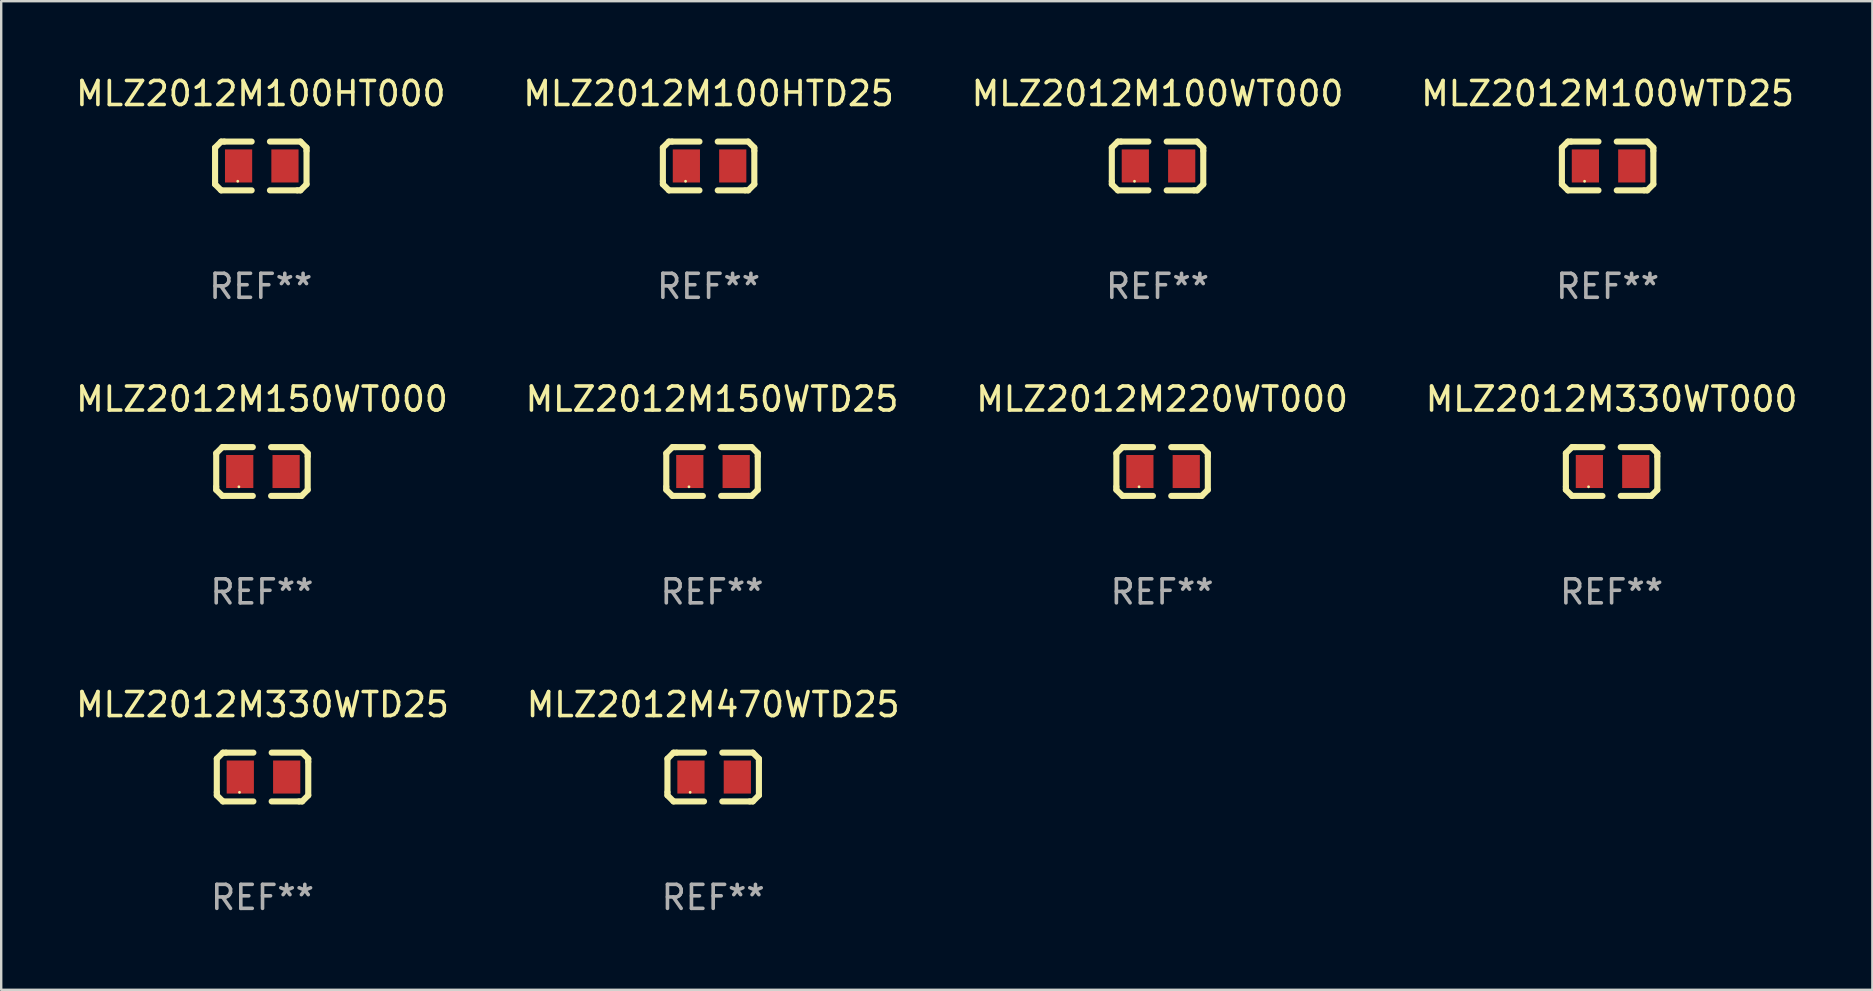
<source format=kicad_pcb>
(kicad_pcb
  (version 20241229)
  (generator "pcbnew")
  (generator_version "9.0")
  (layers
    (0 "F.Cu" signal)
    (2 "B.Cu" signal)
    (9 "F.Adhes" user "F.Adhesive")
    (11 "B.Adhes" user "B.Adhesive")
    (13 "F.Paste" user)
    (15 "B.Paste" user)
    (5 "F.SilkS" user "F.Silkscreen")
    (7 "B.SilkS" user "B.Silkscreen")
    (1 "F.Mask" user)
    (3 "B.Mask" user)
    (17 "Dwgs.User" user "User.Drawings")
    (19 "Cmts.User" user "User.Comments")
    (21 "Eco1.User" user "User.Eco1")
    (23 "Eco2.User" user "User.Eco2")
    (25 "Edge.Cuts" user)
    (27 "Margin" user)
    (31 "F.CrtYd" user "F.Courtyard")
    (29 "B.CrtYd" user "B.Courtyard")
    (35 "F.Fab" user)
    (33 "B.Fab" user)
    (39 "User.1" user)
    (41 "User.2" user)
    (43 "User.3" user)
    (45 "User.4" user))
  (footprint "MLZ2012M330WT000"
    (layer "F.Cu")
    (at 64.089 16.593)
    (property "Reference" "MLZ2012M330WT000" (at 0 -3.016 0) (layer "F.SilkS") (effects (font (size 1 1) (thickness 0.15))))
    (attr through_hole)
    (fp_line (start -1.905 -0.762) (end -1.905 0.635) (stroke (width 0.254) (type solid)) (layer "F.SilkS"))
    (fp_line (start -1.905 0.635) (end -1.905 0.762) (stroke (width 0.254) (type solid)) (layer "F.SilkS"))
    (fp_line (start -1.905 0.762) (end -1.651 1.016) (stroke (width 0.254) (type solid)) (layer "F.SilkS"))
    (fp_line (start -1.651 -1.016) (end -1.905 -0.762) (stroke (width 0.254) (type solid)) (layer "F.SilkS"))
    (fp_line (start -1.651 1.016) (end -0.381 1.016) (stroke (width 0.254) (type solid)) (layer "F.SilkS"))
    (fp_line (start -1.524 -1.016) (end -1.651 -1.016) (stroke (width 0.254) (type solid)) (layer "F.SilkS"))
    (fp_line (start -0.381 -1.016) (end -1.524 -1.016) (stroke (width 0.254) (type solid)) (layer "F.SilkS"))
    (fp_line (start 0.381 1.016) (end 1.524 1.016) (stroke (width 0.254) (type solid)) (layer "F.SilkS"))
    (fp_line (start 1.524 1.016) (end 1.651 1.016) (stroke (width 0.254) (type solid)) (layer "F.SilkS"))
    (fp_line (start 1.651 -1.016) (end 0.381 -1.016) (stroke (width 0.254) (type solid)) (layer "F.SilkS"))
    (fp_line (start 1.651 1.016) (end 1.905 0.762) (stroke (width 0.254) (type solid)) (layer "F.SilkS"))
    (fp_line (start 1.905 -0.762) (end 1.651 -1.016) (stroke (width 0.254) (type solid)) (layer "F.SilkS"))
    (fp_line (start 1.905 -0.635) (end 1.905 -0.762) (stroke (width 0.254) (type solid)) (layer "F.SilkS"))
    (fp_line (start 1.905 0.762) (end 1.905 -0.635) (stroke (width 0.254) (type solid)) (layer "F.SilkS"))
    (fp_circle (center -0.96 0.637) (end -0.93 0.637) (stroke (width 0.06) (type solid)) (fill no) (layer "F.SilkS"))
    (fp_text user "REF**" (at 0 5.016 0) (layer "F.Fab") (effects (font (size 1 1) (thickness 0.15))))
    (pad "1" smd rect (at -0.926 -0.000051) (size 1.133 1.377) (layers "F.Cu" "F.Mask" "F.Paste"))
    (pad "2" smd rect (at 1.006 -0.000051) (size 1.133 1.377) (layers "F.Cu" "F.Mask" "F.Paste")))
  (footprint "MLZ2012M100WT000"
    (layer "F.Cu")
    (at 45.173 3.864)
    (property "Reference" "MLZ2012M100WT000" (at 0 -3.016 0) (layer "F.SilkS") (effects (font (size 1 1) (thickness 0.15))))
    (attr through_hole)
    (fp_line (start -1.905 -0.762) (end -1.905 0.635) (stroke (width 0.254) (type solid)) (layer "F.SilkS"))
    (fp_line (start -1.905 0.635) (end -1.905 0.762) (stroke (width 0.254) (type solid)) (layer "F.SilkS"))
    (fp_line (start -1.905 0.762) (end -1.651 1.016) (stroke (width 0.254) (type solid)) (layer "F.SilkS"))
    (fp_line (start -1.651 -1.016) (end -1.905 -0.762) (stroke (width 0.254) (type solid)) (layer "F.SilkS"))
    (fp_line (start -1.651 1.016) (end -0.381 1.016) (stroke (width 0.254) (type solid)) (layer "F.SilkS"))
    (fp_line (start -1.524 -1.016) (end -1.651 -1.016) (stroke (width 0.254) (type solid)) (layer "F.SilkS"))
    (fp_line (start -0.381 -1.016) (end -1.524 -1.016) (stroke (width 0.254) (type solid)) (layer "F.SilkS"))
    (fp_line (start 0.381 1.016) (end 1.524 1.016) (stroke (width 0.254) (type solid)) (layer "F.SilkS"))
    (fp_line (start 1.524 1.016) (end 1.651 1.016) (stroke (width 0.254) (type solid)) (layer "F.SilkS"))
    (fp_line (start 1.651 -1.016) (end 0.381 -1.016) (stroke (width 0.254) (type solid)) (layer "F.SilkS"))
    (fp_line (start 1.651 1.016) (end 1.905 0.762) (stroke (width 0.254) (type solid)) (layer "F.SilkS"))
    (fp_line (start 1.905 -0.762) (end 1.651 -1.016) (stroke (width 0.254) (type solid)) (layer "F.SilkS"))
    (fp_line (start 1.905 -0.635) (end 1.905 -0.762) (stroke (width 0.254) (type solid)) (layer "F.SilkS"))
    (fp_line (start 1.905 0.762) (end 1.905 -0.635) (stroke (width 0.254) (type solid)) (layer "F.SilkS"))
    (fp_circle (center -0.96 0.637) (end -0.93 0.637) (stroke (width 0.06) (type solid)) (fill no) (layer "F.SilkS"))
    (fp_text user "REF**" (at 0 5.016 0) (layer "F.Fab") (effects (font (size 1 1) (thickness 0.15))))
    (pad "1" smd rect (at -0.926 -0.000051) (size 1.133 1.377) (layers "F.Cu" "F.Mask" "F.Paste"))
    (pad "2" smd rect (at 1.006 -0.000051) (size 1.133 1.377) (layers "F.Cu" "F.Mask" "F.Paste")))
  (footprint "MLZ2012M100HT000"
    (layer "F.Cu")
    (at 7.815 3.864)
    (property "Reference" "MLZ2012M100HT000" (at 0 -3.016 0) (layer "F.SilkS") (effects (font (size 1 1) (thickness 0.15))))
    (attr through_hole)
    (fp_line (start -1.905 -0.762) (end -1.905 0.635) (stroke (width 0.254) (type solid)) (layer "F.SilkS"))
    (fp_line (start -1.905 0.635) (end -1.905 0.762) (stroke (width 0.254) (type solid)) (layer "F.SilkS"))
    (fp_line (start -1.905 0.762) (end -1.651 1.016) (stroke (width 0.254) (type solid)) (layer "F.SilkS"))
    (fp_line (start -1.651 -1.016) (end -1.905 -0.762) (stroke (width 0.254) (type solid)) (layer "F.SilkS"))
    (fp_line (start -1.651 1.016) (end -0.381 1.016) (stroke (width 0.254) (type solid)) (layer "F.SilkS"))
    (fp_line (start -1.524 -1.016) (end -1.651 -1.016) (stroke (width 0.254) (type solid)) (layer "F.SilkS"))
    (fp_line (start -0.381 -1.016) (end -1.524 -1.016) (stroke (width 0.254) (type solid)) (layer "F.SilkS"))
    (fp_line (start 0.381 1.016) (end 1.524 1.016) (stroke (width 0.254) (type solid)) (layer "F.SilkS"))
    (fp_line (start 1.524 1.016) (end 1.651 1.016) (stroke (width 0.254) (type solid)) (layer "F.SilkS"))
    (fp_line (start 1.651 -1.016) (end 0.381 -1.016) (stroke (width 0.254) (type solid)) (layer "F.SilkS"))
    (fp_line (start 1.651 1.016) (end 1.905 0.762) (stroke (width 0.254) (type solid)) (layer "F.SilkS"))
    (fp_line (start 1.905 -0.762) (end 1.651 -1.016) (stroke (width 0.254) (type solid)) (layer "F.SilkS"))
    (fp_line (start 1.905 -0.635) (end 1.905 -0.762) (stroke (width 0.254) (type solid)) (layer "F.SilkS"))
    (fp_line (start 1.905 0.762) (end 1.905 -0.635) (stroke (width 0.254) (type solid)) (layer "F.SilkS"))
    (fp_circle (center -0.96 0.637) (end -0.93 0.637) (stroke (width 0.06) (type solid)) (fill no) (layer "F.SilkS"))
    (fp_text user "REF**" (at 0 5.016 0) (layer "F.Fab") (effects (font (size 1 1) (thickness 0.15))))
    (pad "1" smd rect (at -0.926 -0.000051) (size 1.133 1.377) (layers "F.Cu" "F.Mask" "F.Paste"))
    (pad "2" smd rect (at 1.006 -0.000051) (size 1.133 1.377) (layers "F.Cu" "F.Mask" "F.Paste")))
  (footprint "MLZ2012M150WTD25"
    (layer "F.Cu")
    (at 26.613 16.593)
    (property "Reference" "MLZ2012M150WTD25" (at 0 -3.016 0) (layer "F.SilkS") (effects (font (size 1 1) (thickness 0.15))))
    (attr through_hole)
    (fp_line (start -1.905 -0.762) (end -1.905 0.635) (stroke (width 0.254) (type solid)) (layer "F.SilkS"))
    (fp_line (start -1.905 0.635) (end -1.905 0.762) (stroke (width 0.254) (type solid)) (layer "F.SilkS"))
    (fp_line (start -1.905 0.762) (end -1.651 1.016) (stroke (width 0.254) (type solid)) (layer "F.SilkS"))
    (fp_line (start -1.651 -1.016) (end -1.905 -0.762) (stroke (width 0.254) (type solid)) (layer "F.SilkS"))
    (fp_line (start -1.651 1.016) (end -0.381 1.016) (stroke (width 0.254) (type solid)) (layer "F.SilkS"))
    (fp_line (start -1.524 -1.016) (end -1.651 -1.016) (stroke (width 0.254) (type solid)) (layer "F.SilkS"))
    (fp_line (start -0.381 -1.016) (end -1.524 -1.016) (stroke (width 0.254) (type solid)) (layer "F.SilkS"))
    (fp_line (start 0.381 1.016) (end 1.524 1.016) (stroke (width 0.254) (type solid)) (layer "F.SilkS"))
    (fp_line (start 1.524 1.016) (end 1.651 1.016) (stroke (width 0.254) (type solid)) (layer "F.SilkS"))
    (fp_line (start 1.651 -1.016) (end 0.381 -1.016) (stroke (width 0.254) (type solid)) (layer "F.SilkS"))
    (fp_line (start 1.651 1.016) (end 1.905 0.762) (stroke (width 0.254) (type solid)) (layer "F.SilkS"))
    (fp_line (start 1.905 -0.762) (end 1.651 -1.016) (stroke (width 0.254) (type solid)) (layer "F.SilkS"))
    (fp_line (start 1.905 -0.635) (end 1.905 -0.762) (stroke (width 0.254) (type solid)) (layer "F.SilkS"))
    (fp_line (start 1.905 0.762) (end 1.905 -0.635) (stroke (width 0.254) (type solid)) (layer "F.SilkS"))
    (fp_circle (center -0.96 0.637) (end -0.93 0.637) (stroke (width 0.06) (type solid)) (fill no) (layer "F.SilkS"))
    (fp_text user "REF**" (at 0 5.016 0) (layer "F.Fab") (effects (font (size 1 1) (thickness 0.15))))
    (pad "1" smd rect (at -0.926 -0.000051) (size 1.133 1.377) (layers "F.Cu" "F.Mask" "F.Paste"))
    (pad "2" smd rect (at 1.006 -0.000051) (size 1.133 1.377) (layers "F.Cu" "F.Mask" "F.Paste")))
  (footprint "MLZ2012M100HTD25"
    (layer "F.Cu")
    (at 26.47 3.864)
    (property "Reference" "MLZ2012M100HTD25" (at 0 -3.016 0) (layer "F.SilkS") (effects (font (size 1 1) (thickness 0.15))))
    (attr through_hole)
    (fp_line (start -1.905 -0.762) (end -1.905 0.635) (stroke (width 0.254) (type solid)) (layer "F.SilkS"))
    (fp_line (start -1.905 0.635) (end -1.905 0.762) (stroke (width 0.254) (type solid)) (layer "F.SilkS"))
    (fp_line (start -1.905 0.762) (end -1.651 1.016) (stroke (width 0.254) (type solid)) (layer "F.SilkS"))
    (fp_line (start -1.651 -1.016) (end -1.905 -0.762) (stroke (width 0.254) (type solid)) (layer "F.SilkS"))
    (fp_line (start -1.651 1.016) (end -0.381 1.016) (stroke (width 0.254) (type solid)) (layer "F.SilkS"))
    (fp_line (start -1.524 -1.016) (end -1.651 -1.016) (stroke (width 0.254) (type solid)) (layer "F.SilkS"))
    (fp_line (start -0.381 -1.016) (end -1.524 -1.016) (stroke (width 0.254) (type solid)) (layer "F.SilkS"))
    (fp_line (start 0.381 1.016) (end 1.524 1.016) (stroke (width 0.254) (type solid)) (layer "F.SilkS"))
    (fp_line (start 1.524 1.016) (end 1.651 1.016) (stroke (width 0.254) (type solid)) (layer "F.SilkS"))
    (fp_line (start 1.651 -1.016) (end 0.381 -1.016) (stroke (width 0.254) (type solid)) (layer "F.SilkS"))
    (fp_line (start 1.651 1.016) (end 1.905 0.762) (stroke (width 0.254) (type solid)) (layer "F.SilkS"))
    (fp_line (start 1.905 -0.762) (end 1.651 -1.016) (stroke (width 0.254) (type solid)) (layer "F.SilkS"))
    (fp_line (start 1.905 -0.635) (end 1.905 -0.762) (stroke (width 0.254) (type solid)) (layer "F.SilkS"))
    (fp_line (start 1.905 0.762) (end 1.905 -0.635) (stroke (width 0.254) (type solid)) (layer "F.SilkS"))
    (fp_circle (center -0.96 0.637) (end -0.93 0.637) (stroke (width 0.06) (type solid)) (fill no) (layer "F.SilkS"))
    (fp_text user "REF**" (at 0 5.016 0) (layer "F.Fab") (effects (font (size 1 1) (thickness 0.15))))
    (pad "1" smd rect (at -0.926 -0.000051) (size 1.133 1.377) (layers "F.Cu" "F.Mask" "F.Paste"))
    (pad "2" smd rect (at 1.006 -0.000051) (size 1.133 1.377) (layers "F.Cu" "F.Mask" "F.Paste")))
  (footprint "MLZ2012M470WTD25"
    (layer "F.Cu")
    (at 26.661 29.321)
    (property "Reference" "MLZ2012M470WTD25" (at 0 -3.016 0) (layer "F.SilkS") (effects (font (size 1 1) (thickness 0.15))))
    (attr through_hole)
    (fp_line (start -1.905 -0.762) (end -1.905 0.635) (stroke (width 0.254) (type solid)) (layer "F.SilkS"))
    (fp_line (start -1.905 0.635) (end -1.905 0.762) (stroke (width 0.254) (type solid)) (layer "F.SilkS"))
    (fp_line (start -1.905 0.762) (end -1.651 1.016) (stroke (width 0.254) (type solid)) (layer "F.SilkS"))
    (fp_line (start -1.651 -1.016) (end -1.905 -0.762) (stroke (width 0.254) (type solid)) (layer "F.SilkS"))
    (fp_line (start -1.651 1.016) (end -0.381 1.016) (stroke (width 0.254) (type solid)) (layer "F.SilkS"))
    (fp_line (start -1.524 -1.016) (end -1.651 -1.016) (stroke (width 0.254) (type solid)) (layer "F.SilkS"))
    (fp_line (start -0.381 -1.016) (end -1.524 -1.016) (stroke (width 0.254) (type solid)) (layer "F.SilkS"))
    (fp_line (start 0.381 1.016) (end 1.524 1.016) (stroke (width 0.254) (type solid)) (layer "F.SilkS"))
    (fp_line (start 1.524 1.016) (end 1.651 1.016) (stroke (width 0.254) (type solid)) (layer "F.SilkS"))
    (fp_line (start 1.651 -1.016) (end 0.381 -1.016) (stroke (width 0.254) (type solid)) (layer "F.SilkS"))
    (fp_line (start 1.651 1.016) (end 1.905 0.762) (stroke (width 0.254) (type solid)) (layer "F.SilkS"))
    (fp_line (start 1.905 -0.762) (end 1.651 -1.016) (stroke (width 0.254) (type solid)) (layer "F.SilkS"))
    (fp_line (start 1.905 -0.635) (end 1.905 -0.762) (stroke (width 0.254) (type solid)) (layer "F.SilkS"))
    (fp_line (start 1.905 0.762) (end 1.905 -0.635) (stroke (width 0.254) (type solid)) (layer "F.SilkS"))
    (fp_circle (center -0.96 0.637) (end -0.93 0.637) (stroke (width 0.06) (type solid)) (fill no) (layer "F.SilkS"))
    (fp_text user "REF**" (at 0 5.016 0) (layer "F.Fab") (effects (font (size 1 1) (thickness 0.15))))
    (pad "1" smd rect (at -0.926 -0.000051) (size 1.133 1.377) (layers "F.Cu" "F.Mask" "F.Paste"))
    (pad "2" smd rect (at 1.006 -0.000051) (size 1.133 1.377) (layers "F.Cu" "F.Mask" "F.Paste")))
  (footprint "MLZ2012M150WT000"
    (layer "F.Cu")
    (at 7.863 16.593)
    (property "Reference" "MLZ2012M150WT000" (at 0 -3.016 0) (layer "F.SilkS") (effects (font (size 1 1) (thickness 0.15))))
    (attr through_hole)
    (fp_line (start -1.905 -0.762) (end -1.905 0.635) (stroke (width 0.254) (type solid)) (layer "F.SilkS"))
    (fp_line (start -1.905 0.635) (end -1.905 0.762) (stroke (width 0.254) (type solid)) (layer "F.SilkS"))
    (fp_line (start -1.905 0.762) (end -1.651 1.016) (stroke (width 0.254) (type solid)) (layer "F.SilkS"))
    (fp_line (start -1.651 -1.016) (end -1.905 -0.762) (stroke (width 0.254) (type solid)) (layer "F.SilkS"))
    (fp_line (start -1.651 1.016) (end -0.381 1.016) (stroke (width 0.254) (type solid)) (layer "F.SilkS"))
    (fp_line (start -1.524 -1.016) (end -1.651 -1.016) (stroke (width 0.254) (type solid)) (layer "F.SilkS"))
    (fp_line (start -0.381 -1.016) (end -1.524 -1.016) (stroke (width 0.254) (type solid)) (layer "F.SilkS"))
    (fp_line (start 0.381 1.016) (end 1.524 1.016) (stroke (width 0.254) (type solid)) (layer "F.SilkS"))
    (fp_line (start 1.524 1.016) (end 1.651 1.016) (stroke (width 0.254) (type solid)) (layer "F.SilkS"))
    (fp_line (start 1.651 -1.016) (end 0.381 -1.016) (stroke (width 0.254) (type solid)) (layer "F.SilkS"))
    (fp_line (start 1.651 1.016) (end 1.905 0.762) (stroke (width 0.254) (type solid)) (layer "F.SilkS"))
    (fp_line (start 1.905 -0.762) (end 1.651 -1.016) (stroke (width 0.254) (type solid)) (layer "F.SilkS"))
    (fp_line (start 1.905 -0.635) (end 1.905 -0.762) (stroke (width 0.254) (type solid)) (layer "F.SilkS"))
    (fp_line (start 1.905 0.762) (end 1.905 -0.635) (stroke (width 0.254) (type solid)) (layer "F.SilkS"))
    (fp_circle (center -0.96 0.637) (end -0.93 0.637) (stroke (width 0.06) (type solid)) (fill no) (layer "F.SilkS"))
    (fp_text user "REF**" (at 0 5.016 0) (layer "F.Fab") (effects (font (size 1 1) (thickness 0.15))))
    (pad "1" smd rect (at -0.926 -0.000051) (size 1.133 1.377) (layers "F.Cu" "F.Mask" "F.Paste"))
    (pad "2" smd rect (at 1.006 -0.000051) (size 1.133 1.377) (layers "F.Cu" "F.Mask" "F.Paste")))
  (footprint "MLZ2012M100WTD25"
    (layer "F.Cu")
    (at 63.923 3.864)
    (property "Reference" "MLZ2012M100WTD25" (at 0 -3.016 0) (layer "F.SilkS") (effects (font (size 1 1) (thickness 0.15))))
    (attr through_hole)
    (fp_line (start -1.905 -0.762) (end -1.905 0.635) (stroke (width 0.254) (type solid)) (layer "F.SilkS"))
    (fp_line (start -1.905 0.635) (end -1.905 0.762) (stroke (width 0.254) (type solid)) (layer "F.SilkS"))
    (fp_line (start -1.905 0.762) (end -1.651 1.016) (stroke (width 0.254) (type solid)) (layer "F.SilkS"))
    (fp_line (start -1.651 -1.016) (end -1.905 -0.762) (stroke (width 0.254) (type solid)) (layer "F.SilkS"))
    (fp_line (start -1.651 1.016) (end -0.381 1.016) (stroke (width 0.254) (type solid)) (layer "F.SilkS"))
    (fp_line (start -1.524 -1.016) (end -1.651 -1.016) (stroke (width 0.254) (type solid)) (layer "F.SilkS"))
    (fp_line (start -0.381 -1.016) (end -1.524 -1.016) (stroke (width 0.254) (type solid)) (layer "F.SilkS"))
    (fp_line (start 0.381 1.016) (end 1.524 1.016) (stroke (width 0.254) (type solid)) (layer "F.SilkS"))
    (fp_line (start 1.524 1.016) (end 1.651 1.016) (stroke (width 0.254) (type solid)) (layer "F.SilkS"))
    (fp_line (start 1.651 -1.016) (end 0.381 -1.016) (stroke (width 0.254) (type solid)) (layer "F.SilkS"))
    (fp_line (start 1.651 1.016) (end 1.905 0.762) (stroke (width 0.254) (type solid)) (layer "F.SilkS"))
    (fp_line (start 1.905 -0.762) (end 1.651 -1.016) (stroke (width 0.254) (type solid)) (layer "F.SilkS"))
    (fp_line (start 1.905 -0.635) (end 1.905 -0.762) (stroke (width 0.254) (type solid)) (layer "F.SilkS"))
    (fp_line (start 1.905 0.762) (end 1.905 -0.635) (stroke (width 0.254) (type solid)) (layer "F.SilkS"))
    (fp_circle (center -0.96 0.637) (end -0.93 0.637) (stroke (width 0.06) (type solid)) (fill no) (layer "F.SilkS"))
    (fp_text user "REF**" (at 0 5.016 0) (layer "F.Fab") (effects (font (size 1 1) (thickness 0.15))))
    (pad "1" smd rect (at -0.926 -0.000051) (size 1.133 1.377) (layers "F.Cu" "F.Mask" "F.Paste"))
    (pad "2" smd rect (at 1.006 -0.000051) (size 1.133 1.377) (layers "F.Cu" "F.Mask" "F.Paste")))
  (footprint "MLZ2012M220WT000"
    (layer "F.Cu")
    (at 45.363 16.593)
    (property "Reference" "MLZ2012M220WT000" (at 0 -3.016 0) (layer "F.SilkS") (effects (font (size 1 1) (thickness 0.15))))
    (attr through_hole)
    (fp_line (start -1.905 -0.762) (end -1.905 0.635) (stroke (width 0.254) (type solid)) (layer "F.SilkS"))
    (fp_line (start -1.905 0.635) (end -1.905 0.762) (stroke (width 0.254) (type solid)) (layer "F.SilkS"))
    (fp_line (start -1.905 0.762) (end -1.651 1.016) (stroke (width 0.254) (type solid)) (layer "F.SilkS"))
    (fp_line (start -1.651 -1.016) (end -1.905 -0.762) (stroke (width 0.254) (type solid)) (layer "F.SilkS"))
    (fp_line (start -1.651 1.016) (end -0.381 1.016) (stroke (width 0.254) (type solid)) (layer "F.SilkS"))
    (fp_line (start -1.524 -1.016) (end -1.651 -1.016) (stroke (width 0.254) (type solid)) (layer "F.SilkS"))
    (fp_line (start -0.381 -1.016) (end -1.524 -1.016) (stroke (width 0.254) (type solid)) (layer "F.SilkS"))
    (fp_line (start 0.381 1.016) (end 1.524 1.016) (stroke (width 0.254) (type solid)) (layer "F.SilkS"))
    (fp_line (start 1.524 1.016) (end 1.651 1.016) (stroke (width 0.254) (type solid)) (layer "F.SilkS"))
    (fp_line (start 1.651 -1.016) (end 0.381 -1.016) (stroke (width 0.254) (type solid)) (layer "F.SilkS"))
    (fp_line (start 1.651 1.016) (end 1.905 0.762) (stroke (width 0.254) (type solid)) (layer "F.SilkS"))
    (fp_line (start 1.905 -0.762) (end 1.651 -1.016) (stroke (width 0.254) (type solid)) (layer "F.SilkS"))
    (fp_line (start 1.905 -0.635) (end 1.905 -0.762) (stroke (width 0.254) (type solid)) (layer "F.SilkS"))
    (fp_line (start 1.905 0.762) (end 1.905 -0.635) (stroke (width 0.254) (type solid)) (layer "F.SilkS"))
    (fp_circle (center -0.96 0.637) (end -0.93 0.637) (stroke (width 0.06) (type solid)) (fill no) (layer "F.SilkS"))
    (fp_text user "REF**" (at 0 5.016 0) (layer "F.Fab") (effects (font (size 1 1) (thickness 0.15))))
    (pad "1" smd rect (at -0.926 -0.000051) (size 1.133 1.377) (layers "F.Cu" "F.Mask" "F.Paste"))
    (pad "2" smd rect (at 1.006 -0.000051) (size 1.133 1.377) (layers "F.Cu" "F.Mask" "F.Paste")))
  (footprint "MLZ2012M330WTD25"
    (layer "F.Cu")
    (at 7.887 29.321)
    (property "Reference" "MLZ2012M330WTD25" (at 0 -3.016 0) (layer "F.SilkS") (effects (font (size 1 1) (thickness 0.15))))
    (attr through_hole)
    (fp_line (start -1.905 -0.762) (end -1.905 0.635) (stroke (width 0.254) (type solid)) (layer "F.SilkS"))
    (fp_line (start -1.905 0.635) (end -1.905 0.762) (stroke (width 0.254) (type solid)) (layer "F.SilkS"))
    (fp_line (start -1.905 0.762) (end -1.651 1.016) (stroke (width 0.254) (type solid)) (layer "F.SilkS"))
    (fp_line (start -1.651 -1.016) (end -1.905 -0.762) (stroke (width 0.254) (type solid)) (layer "F.SilkS"))
    (fp_line (start -1.651 1.016) (end -0.381 1.016) (stroke (width 0.254) (type solid)) (layer "F.SilkS"))
    (fp_line (start -1.524 -1.016) (end -1.651 -1.016) (stroke (width 0.254) (type solid)) (layer "F.SilkS"))
    (fp_line (start -0.381 -1.016) (end -1.524 -1.016) (stroke (width 0.254) (type solid)) (layer "F.SilkS"))
    (fp_line (start 0.381 1.016) (end 1.524 1.016) (stroke (width 0.254) (type solid)) (layer "F.SilkS"))
    (fp_line (start 1.524 1.016) (end 1.651 1.016) (stroke (width 0.254) (type solid)) (layer "F.SilkS"))
    (fp_line (start 1.651 -1.016) (end 0.381 -1.016) (stroke (width 0.254) (type solid)) (layer "F.SilkS"))
    (fp_line (start 1.651 1.016) (end 1.905 0.762) (stroke (width 0.254) (type solid)) (layer "F.SilkS"))
    (fp_line (start 1.905 -0.762) (end 1.651 -1.016) (stroke (width 0.254) (type solid)) (layer "F.SilkS"))
    (fp_line (start 1.905 -0.635) (end 1.905 -0.762) (stroke (width 0.254) (type solid)) (layer "F.SilkS"))
    (fp_line (start 1.905 0.762) (end 1.905 -0.635) (stroke (width 0.254) (type solid)) (layer "F.SilkS"))
    (fp_circle (center -0.96 0.637) (end -0.93 0.637) (stroke (width 0.06) (type solid)) (fill no) (layer "F.SilkS"))
    (fp_text user "REF**" (at 0 5.016 0) (layer "F.Fab") (effects (font (size 1 1) (thickness 0.15))))
    (pad "1" smd rect (at -0.926 -0.000051) (size 1.133 1.377) (layers "F.Cu" "F.Mask" "F.Paste"))
    (pad "2" smd rect (at 1.006 -0.000051) (size 1.133 1.377) (layers "F.Cu" "F.Mask" "F.Paste")))
  (gr_rect
    (start -3 -3)
    (end 74.952 38.186)
    (stroke (width 0.1) (type default))
    (fill no)
    (layer "Edge.Cuts")))
</source>
